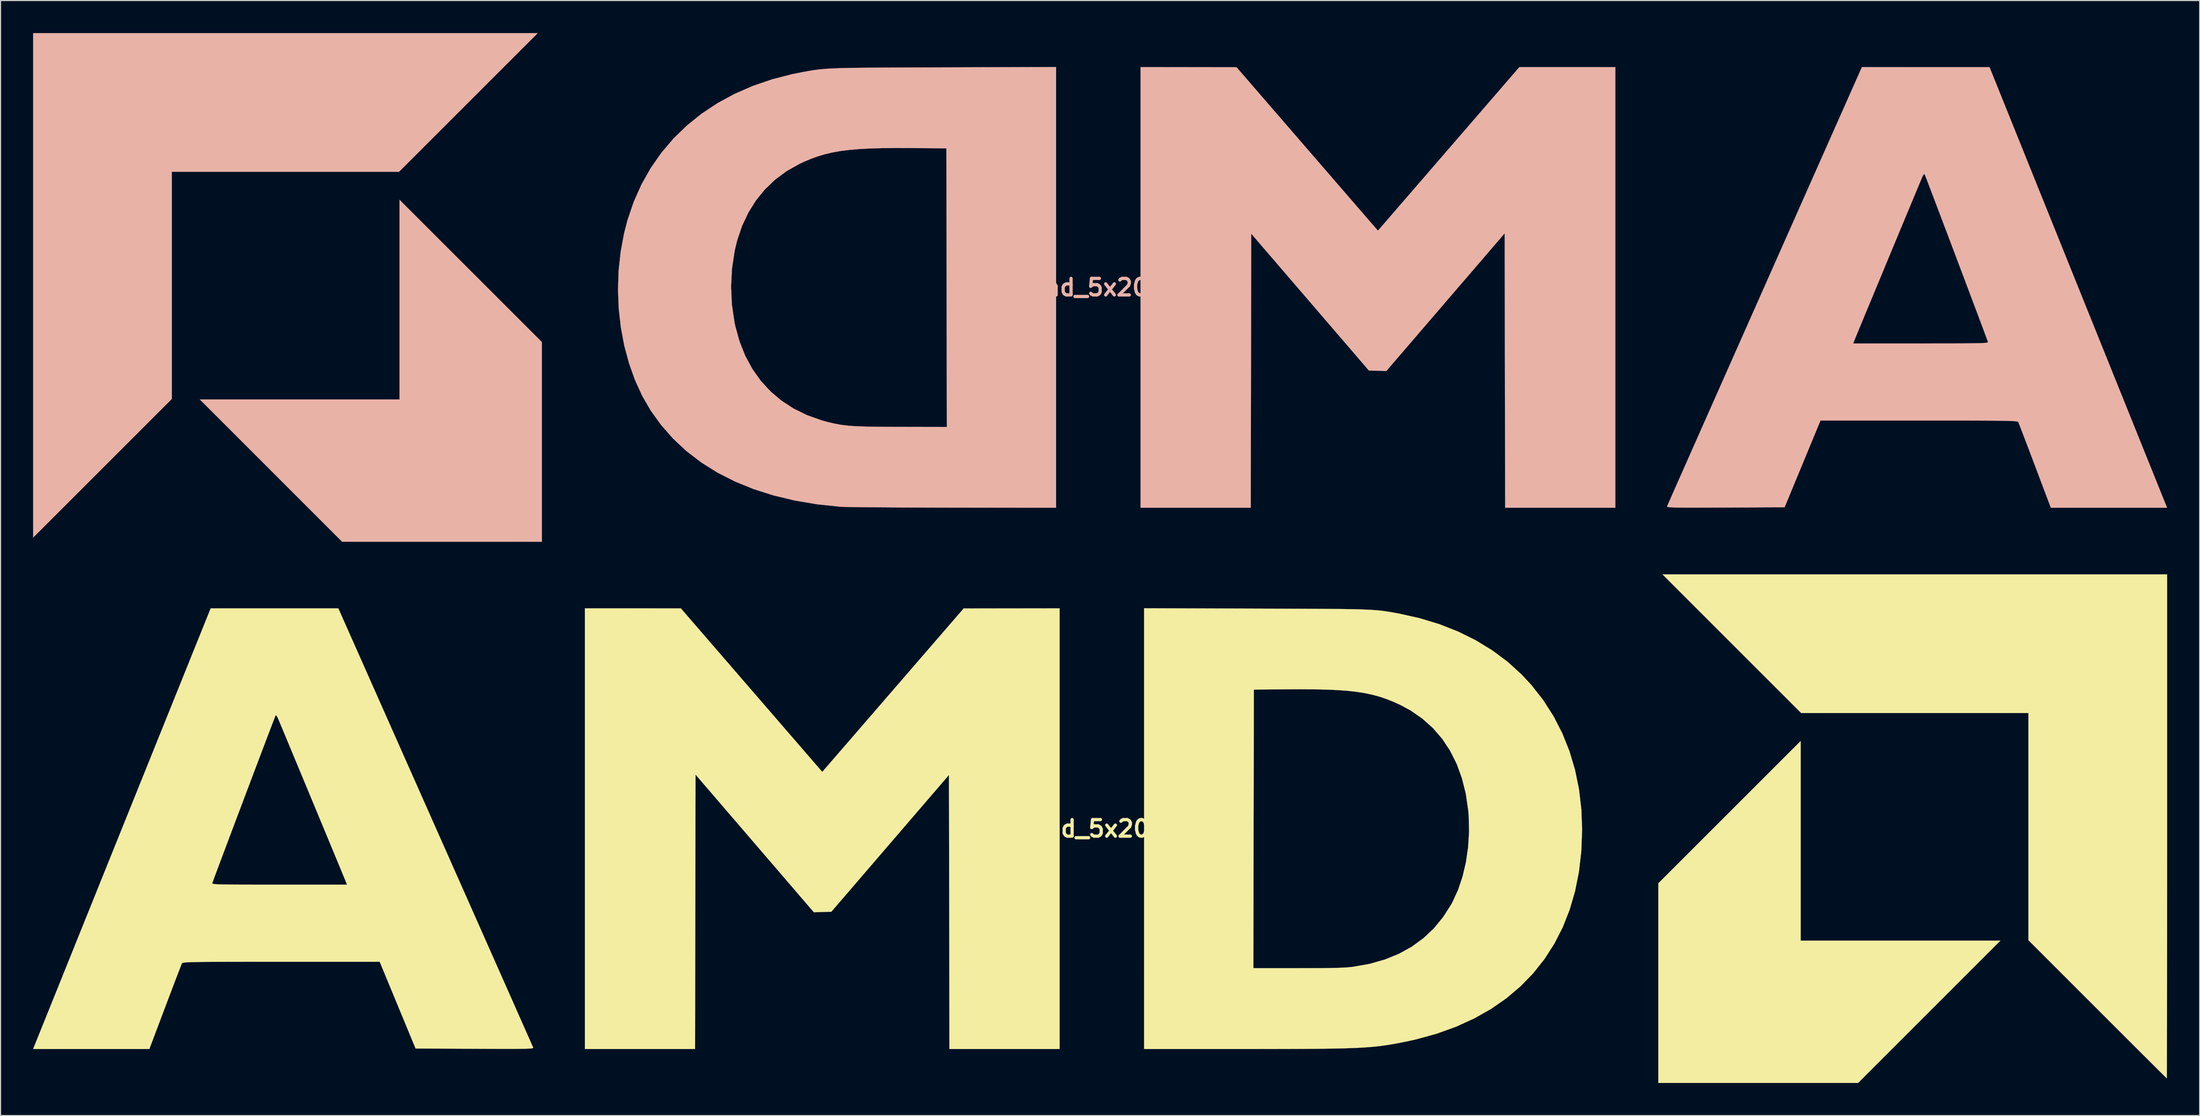
<source format=kicad_pcb>
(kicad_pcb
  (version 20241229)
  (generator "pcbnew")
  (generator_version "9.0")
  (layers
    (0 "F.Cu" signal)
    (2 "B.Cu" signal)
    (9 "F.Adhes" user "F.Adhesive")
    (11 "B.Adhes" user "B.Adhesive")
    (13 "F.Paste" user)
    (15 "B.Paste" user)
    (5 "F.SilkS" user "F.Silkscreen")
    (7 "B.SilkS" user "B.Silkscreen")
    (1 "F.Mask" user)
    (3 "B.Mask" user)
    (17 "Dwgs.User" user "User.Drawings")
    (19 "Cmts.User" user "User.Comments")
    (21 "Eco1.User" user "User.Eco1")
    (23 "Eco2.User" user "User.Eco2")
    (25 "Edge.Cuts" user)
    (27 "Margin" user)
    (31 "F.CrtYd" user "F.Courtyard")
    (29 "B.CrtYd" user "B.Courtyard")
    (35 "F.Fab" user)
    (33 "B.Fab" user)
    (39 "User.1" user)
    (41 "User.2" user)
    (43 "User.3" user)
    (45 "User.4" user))
  (footprint "amd_5x20_B"
    (layer "F.Cu")
    (at 98.388 23.458)
    (property "Reference" "amd_5x20_B" (at 0 0 0) (layer "B.SilkS") (effects (font (size 1.524 1.524) (thickness 0.3))))
    (attr through_hole)
    (fp_poly (pts (xy -51.477 5.037) (xy -51.477 23.453) (xy -69.893 23.453) (xy -83.015 10.329) (xy -64.601 10.329) (xy -64.601 -8.085) (xy -51.477 5.037)) (stroke (width 0.01) (type solid)) (fill yes) (layer "B.SilkS"))
    (fp_poly (pts (xy -58.251 -17.06) (xy -64.643 -10.668) (xy -85.598 -10.668) (xy -85.598 10.287) (xy -91.99 16.679) (xy -98.383 23.071) (xy -98.383 -23.453) (xy -51.859 -23.453) (xy -58.251 -17.06)) (stroke (width 0.01) (type solid)) (fill yes) (layer "B.SilkS"))
    (fp_poly (pts (xy 47.498 20.32) (xy 37.339 20.32) (xy 37.317 7.666) (xy 37.296 -4.988) (xy 31.84 1.361) (xy 26.384 7.71) (xy 24.774 7.662) (xy 19.351 1.353) (xy 13.928 -4.955) (xy 13.906 7.682) (xy 13.885 20.32) (xy 3.725 20.32) (xy 3.725 -20.32) (xy 8.149 -20.315) (xy 12.573 -20.309) (xy 18.736 -13.181) (xy 19.561 -12.228) (xy 20.359 -11.305) (xy 21.124 -10.42) (xy 21.848 -9.583) (xy 22.522 -8.803) (xy 23.141 -8.088) (xy 23.696 -7.447) (xy 24.179 -6.889) (xy 24.583 -6.422) (xy 24.9 -6.055) (xy 25.124 -5.798) (xy 25.245 -5.658) (xy 25.255 -5.646) (xy 25.612 -5.238) (xy 38.65 -20.318) (xy 43.074 -20.319) (xy 47.498 -20.32) (xy 47.498 20.32)) (stroke (width 0.01) (type solid)) (fill yes) (layer "B.SilkS"))
    (fp_poly (pts (xy -4.064 20.32) (xy -13.568 20.308) (xy -14.842 20.306) (xy -16.082 20.302) (xy -17.275 20.298) (xy -18.41 20.293) (xy -19.474 20.287) (xy -20.456 20.28) (xy -21.343 20.273) (xy -22.123 20.265) (xy -22.784 20.256) (xy -23.315 20.248) (xy -23.702 20.239) (xy -23.934 20.23) (xy -23.959 20.228) (xy -26.125 19.998) (xy -28.183 19.648) (xy -30.13 19.18) (xy -31.965 18.595) (xy -33.685 17.894) (xy -35.288 17.077) (xy -36.772 16.147) (xy -38.135 15.104) (xy -39.374 13.949) (xy -40.487 12.683) (xy -41.421 11.388) (xy -42.209 10.032) (xy -42.882 8.566) (xy -43.439 7.009) (xy -43.877 5.377) (xy -44.195 3.688) (xy -44.389 1.959) (xy -44.458 0.207) (xy -44.449 -0.076) (xy -34.031 -0.076) (xy -33.955 1.581) (xy -33.715 3.214) (xy -33.643 3.556) (xy -33.251 4.979) (xy -32.728 6.295) (xy -32.078 7.502) (xy -31.305 8.595) (xy -30.411 9.573) (xy -29.399 10.43) (xy -28.273 11.166) (xy -27.036 11.775) (xy -25.69 12.255) (xy -25.161 12.4) (xy -24.767 12.496) (xy -24.396 12.578) (xy -24.028 12.647) (xy -23.648 12.703) (xy -23.235 12.748) (xy -22.773 12.784) (xy -22.243 12.811) (xy -21.628 12.831) (xy -20.909 12.845) (xy -20.069 12.853) (xy -19.09 12.859) (xy -18.351 12.861) (xy -14.139 12.869) (xy -14.16 0.021) (xy -14.182 -12.827) (xy -17.441 -12.853) (xy -18.848 -12.857) (xy -20.103 -12.845) (xy -21.222 -12.813) (xy -22.223 -12.76) (xy -23.122 -12.683) (xy -23.936 -12.58) (xy -24.681 -12.448) (xy -25.374 -12.285) (xy -26.032 -12.089) (xy -26.671 -11.857) (xy -27.309 -11.587) (xy -27.733 -11.388) (xy -28.901 -10.732) (xy -29.961 -9.949) (xy -30.907 -9.044) (xy -31.736 -8.024) (xy -32.442 -6.894) (xy -33.022 -5.661) (xy -33.471 -4.33) (xy -33.695 -3.392) (xy -33.945 -1.74) (xy -34.031 -0.076) (xy -44.449 -0.076) (xy -44.4 -1.549) (xy -44.212 -3.293) (xy -43.893 -5.007) (xy -43.59 -6.181) (xy -43.013 -7.883) (xy -42.296 -9.492) (xy -41.444 -11.004) (xy -40.46 -12.415) (xy -39.35 -13.723) (xy -38.116 -14.923) (xy -36.763 -16.013) (xy -35.295 -16.988) (xy -33.716 -17.846) (xy -32.03 -18.582) (xy -30.241 -19.195) (xy -28.353 -19.679) (xy -27.517 -19.846) (xy -27.187 -19.907) (xy -26.883 -19.961) (xy -26.595 -20.01) (xy -26.312 -20.053) (xy -26.023 -20.091) (xy -25.719 -20.124) (xy -25.389 -20.153) (xy -25.022 -20.178) (xy -24.608 -20.199) (xy -24.136 -20.218) (xy -23.597 -20.233) (xy -22.98 -20.245) (xy -22.274 -20.256) (xy -21.47 -20.264) (xy -20.556 -20.272) (xy -19.522 -20.278) (xy -18.358 -20.283) (xy -17.054 -20.288) (xy -15.598 -20.292) (xy -14.372 -20.296) (xy -4.064 -20.328) (xy -4.064 20.32)) (stroke (width 0.01) (type solid)) (fill yes) (layer "B.SilkS"))
    (fp_poly (pts (xy 76.115 -20.317) (xy 82 -20.317) (xy 88.18 -4.975) (xy 88.835 -3.35) (xy 89.492 -1.718) (xy 90.147 -0.092) (xy 90.796 1.518) (xy 91.433 3.1) (xy 92.055 4.645) (xy 92.658 6.139) (xy 93.235 7.573) (xy 93.784 8.935) (xy 94.299 10.214) (xy 94.777 11.399) (xy 95.211 12.479) (xy 95.599 13.442) (xy 95.936 14.277) (xy 96.217 14.974) (xy 96.366 15.344) (xy 98.37 20.32) (xy 87.654 20.32) (xy 86.192 16.447) (xy 85.9 15.674) (xy 85.624 14.946) (xy 85.371 14.28) (xy 85.146 13.691) (xy 84.956 13.196) (xy 84.807 12.809) (xy 84.704 12.548) (xy 84.655 12.428) (xy 84.653 12.425) (xy 84.634 12.401) (xy 84.596 12.38) (xy 84.529 12.362) (xy 84.425 12.346) (xy 84.273 12.332) (xy 84.064 12.32) (xy 83.789 12.31) (xy 83.438 12.302) (xy 83.002 12.295) (xy 82.472 12.289) (xy 81.837 12.285) (xy 81.088 12.282) (xy 80.216 12.279) (xy 79.212 12.278) (xy 78.066 12.277) (xy 76.768 12.277) (xy 75.496 12.277) (xy 66.416 12.277) (xy 64.761 16.277) (xy 63.106 20.278) (xy 57.663 20.299) (xy 56.569 20.304) (xy 55.632 20.307) (xy 54.84 20.308) (xy 54.181 20.308) (xy 53.644 20.305) (xy 53.216 20.301) (xy 52.886 20.293) (xy 52.64 20.283) (xy 52.468 20.269) (xy 52.358 20.252) (xy 52.296 20.231) (xy 52.272 20.207) (xy 52.273 20.177) (xy 52.275 20.172) (xy 52.314 20.083) (xy 52.418 19.845) (xy 52.586 19.466) (xy 52.813 18.951) (xy 53.098 18.307) (xy 53.437 17.541) (xy 53.828 16.659) (xy 54.267 15.668) (xy 54.752 14.574) (xy 55.279 13.383) (xy 55.847 12.102) (xy 56.452 10.738) (xy 57.091 9.297) (xy 57.761 7.785) (xy 58.46 6.21) (xy 58.924 5.165) (xy 69.431 5.165) (xy 75.662 5.165) (xy 76.839 5.164) (xy 77.858 5.164) (xy 78.73 5.162) (xy 79.466 5.16) (xy 80.079 5.156) (xy 80.578 5.151) (xy 80.975 5.143) (xy 81.282 5.134) (xy 81.51 5.122) (xy 81.669 5.108) (xy 81.772 5.09) (xy 81.829 5.069) (xy 81.852 5.045) (xy 81.851 5.018) (xy 81.851 5.016) (xy 81.814 4.909) (xy 81.721 4.657) (xy 81.579 4.275) (xy 81.393 3.775) (xy 81.167 3.171) (xy 80.906 2.476) (xy 80.616 1.704) (xy 80.301 0.867) (xy 79.967 -0.021) (xy 79.619 -0.946) (xy 79.26 -1.896) (xy 78.898 -2.857) (xy 78.536 -3.815) (xy 78.179 -4.759) (xy 77.834 -5.673) (xy 77.503 -6.545) (xy 77.194 -7.362) (xy 76.91 -8.111) (xy 76.657 -8.777) (xy 76.439 -9.348) (xy 76.263 -9.81) (xy 76.131 -10.151) (xy 76.051 -10.356) (xy 76.027 -10.414) (xy 75.968 -10.454) (xy 75.889 -10.365) (xy 75.789 -10.16) (xy 75.734 -10.03) (xy 75.62 -9.758) (xy 75.453 -9.359) (xy 75.238 -8.844) (xy 74.981 -8.228) (xy 74.688 -7.524) (xy 74.364 -6.745) (xy 74.015 -5.905) (xy 73.646 -5.017) (xy 73.262 -4.094) (xy 72.87 -3.15) (xy 72.475 -2.198) (xy 72.082 -1.252) (xy 71.697 -0.325) (xy 71.326 0.57) (xy 70.974 1.419) (xy 70.646 2.209) (xy 70.349 2.926) (xy 70.087 3.558) (xy 69.867 4.09) (xy 69.694 4.51) (xy 69.573 4.804) (xy 69.51 4.958) (xy 69.504 4.974) (xy 69.431 5.165) (xy 58.924 5.165) (xy 59.185 4.576) (xy 59.932 2.892) (xy 60.699 1.163) (xy 61.28 -0.147) (xy 70.231 -20.318) (xy 76.115 -20.317)) (stroke (width 0.01) (type solid)) (fill yes) (layer "B.SilkS")))
  (footprint "amd_5x20_F"
    (layer "F.Cu")
    (at 98.375 73.373)
    (property "Reference" "amd_5x20_F" (at 0 0 0) (layer "F.SilkS") (effects (font (size 1.524 1.524) (thickness 0.3))))
    (attr through_hole)
    (fp_poly (pts (xy 64.601 10.329) (xy 83.015 10.329) (xy 69.893 23.453) (xy 51.477 23.453) (xy 51.477 5.037) (xy 64.601 -8.085) (xy 64.601 10.329)) (stroke (width 0.01) (type solid)) (fill yes) (layer "F.SilkS"))
    (fp_poly (pts (xy -3.725 20.32) (xy -13.885 20.32) (xy -13.906 7.682) (xy -13.928 -4.955) (xy -24.774 7.662) (xy -25.579 7.686) (xy -26.384 7.71) (xy -31.84 1.361) (xy -37.296 -4.988) (xy -37.317 7.666) (xy -37.339 20.32) (xy -47.498 20.32) (xy -47.498 -20.32) (xy -43.074 -20.319) (xy -38.65 -20.318) (xy -25.612 -5.238) (xy -25.255 -5.646) (xy -25.153 -5.764) (xy -24.947 -6.001) (xy -24.646 -6.349) (xy -24.257 -6.798) (xy -23.788 -7.341) (xy -23.245 -7.968) (xy -22.637 -8.67) (xy -21.972 -9.439) (xy -21.257 -10.267) (xy -20.499 -11.143) (xy -19.706 -12.06) (xy -18.885 -13.009) (xy -18.736 -13.181) (xy -12.573 -20.309) (xy -8.149 -20.315) (xy -3.725 -20.32) (xy -3.725 20.32)) (stroke (width 0.01) (type solid)) (fill yes) (layer "F.SilkS"))
    (fp_poly (pts (xy 98.383 -0.212) (xy 98.383 1.76) (xy 98.382 3.688) (xy 98.382 5.564) (xy 98.381 7.383) (xy 98.381 9.136) (xy 98.38 10.817) (xy 98.379 12.42) (xy 98.378 13.937) (xy 98.377 15.362) (xy 98.376 16.687) (xy 98.375 17.907) (xy 98.373 19.013) (xy 98.372 20) (xy 98.37 20.86) (xy 98.369 21.587) (xy 98.367 22.174) (xy 98.365 22.614) (xy 98.364 22.899) (xy 98.362 23.024) (xy 98.361 23.029) (xy 98.3 22.971) (xy 98.126 22.8) (xy 97.849 22.525) (xy 97.475 22.154) (xy 97.013 21.694) (xy 96.47 21.153) (xy 95.854 20.539) (xy 95.173 19.86) (xy 94.435 19.123) (xy 93.647 18.336) (xy 92.818 17.507) (xy 91.969 16.658) (xy 85.598 10.287) (xy 85.598 -10.668) (xy 64.643 -10.668) (xy 58.251 -17.06) (xy 51.859 -23.453) (xy 98.383 -23.453) (xy 98.383 -0.212)) (stroke (width 0.01) (type solid)) (fill yes) (layer "F.SilkS"))
    (fp_poly (pts (xy 14.372 -20.296) (xy 15.951 -20.291) (xy 17.37 -20.287) (xy 18.641 -20.282) (xy 19.774 -20.276) (xy 20.779 -20.27) (xy 21.666 -20.263) (xy 22.447 -20.254) (xy 23.131 -20.243) (xy 23.729 -20.229) (xy 24.252 -20.214) (xy 24.709 -20.195) (xy 25.111 -20.172) (xy 25.468 -20.147) (xy 25.792 -20.117) (xy 26.091 -20.082) (xy 26.378 -20.043) (xy 26.661 -19.999) (xy 26.952 -19.949) (xy 27.261 -19.893) (xy 27.517 -19.846) (xy 29.451 -19.417) (xy 31.289 -18.86) (xy 33.025 -18.175) (xy 34.655 -17.367) (xy 36.175 -16.437) (xy 37.582 -15.387) (xy 38.87 -14.219) (xy 39.771 -13.25) (xy 40.861 -11.859) (xy 41.81 -10.377) (xy 42.616 -8.808) (xy 43.278 -7.156) (xy 43.794 -5.428) (xy 44.162 -3.627) (xy 44.381 -1.758) (xy 44.449 0.084) (xy 44.375 2.067) (xy 44.158 3.961) (xy 43.8 5.763) (xy 43.301 7.472) (xy 42.665 9.085) (xy 41.893 10.599) (xy 40.987 12.013) (xy 39.949 13.324) (xy 38.781 14.53) (xy 37.484 15.629) (xy 36.061 16.618) (xy 34.513 17.495) (xy 32.843 18.258) (xy 31.052 18.905) (xy 29.142 19.432) (xy 28.213 19.637) (xy 27.724 19.734) (xy 27.262 19.822) (xy 26.816 19.901) (xy 26.375 19.971) (xy 25.927 20.033) (xy 25.463 20.087) (xy 24.969 20.134) (xy 24.437 20.174) (xy 23.853 20.208) (xy 23.208 20.236) (xy 22.489 20.259) (xy 21.687 20.278) (xy 20.79 20.292) (xy 19.786 20.303) (xy 18.665 20.31) (xy 17.415 20.315) (xy 16.026 20.318) (xy 14.486 20.32) (xy 13.356 20.32) (xy 4.064 20.32) (xy 4.064 12.869) (xy 14.139 12.869) (xy 18.241 12.869) (xy 19.274 12.868) (xy 20.155 12.864) (xy 20.899 12.857) (xy 21.524 12.847) (xy 22.046 12.832) (xy 22.482 12.813) (xy 22.848 12.789) (xy 23.161 12.76) (xy 23.342 12.738) (xy 24.858 12.468) (xy 26.263 12.069) (xy 27.559 11.542) (xy 28.745 10.886) (xy 29.82 10.101) (xy 30.786 9.189) (xy 31.64 8.148) (xy 32.383 6.98) (xy 32.5 6.766) (xy 33.016 5.641) (xy 33.431 4.403) (xy 33.741 3.078) (xy 33.941 1.693) (xy 34.027 0.275) (xy 33.994 -1.152) (xy 33.947 -1.706) (xy 33.723 -3.229) (xy 33.368 -4.651) (xy 32.887 -5.971) (xy 32.279 -7.183) (xy 31.549 -8.285) (xy 30.697 -9.274) (xy 29.726 -10.146) (xy 28.639 -10.898) (xy 27.733 -11.388) (xy 27.087 -11.685) (xy 26.451 -11.941) (xy 25.807 -12.16) (xy 25.139 -12.345) (xy 24.43 -12.497) (xy 23.663 -12.618) (xy 22.822 -12.712) (xy 21.889 -12.781) (xy 20.849 -12.826) (xy 19.685 -12.851) (xy 18.38 -12.857) (xy 17.441 -12.853) (xy 14.182 -12.827) (xy 14.16 0.021) (xy 14.139 12.869) (xy 4.064 12.869) (xy 4.064 -20.328) (xy 14.372 -20.296)) (stroke (width 0.01) (type solid)) (fill yes) (layer "F.SilkS"))
    (fp_poly (pts (xy -61.28 -0.147) (xy -60.5 1.611) (xy -59.738 3.329) (xy -58.996 5.001) (xy -58.278 6.62) (xy -57.586 8.18) (xy -56.924 9.674) (xy -56.293 11.096) (xy -55.697 12.44) (xy -55.14 13.698) (xy -54.623 14.864) (xy -54.149 15.933) (xy -53.722 16.897) (xy -53.345 17.749) (xy -53.019 18.485) (xy -52.749 19.096) (xy -52.537 19.577) (xy -52.385 19.92) (xy -52.297 20.12) (xy -52.275 20.172) (xy -52.271 20.202) (xy -52.29 20.228) (xy -52.345 20.249) (xy -52.448 20.267) (xy -52.609 20.281) (xy -52.843 20.292) (xy -53.159 20.3) (xy -53.571 20.305) (xy -54.091 20.308) (xy -54.73 20.308) (xy -55.5 20.307) (xy -56.414 20.304) (xy -57.484 20.3) (xy -57.663 20.299) (xy -63.106 20.278) (xy -66.416 12.277) (xy -75.496 12.277) (xy -76.935 12.277) (xy -78.214 12.277) (xy -79.342 12.278) (xy -80.33 12.28) (xy -81.186 12.282) (xy -81.92 12.285) (xy -82.542 12.29) (xy -83.061 12.295) (xy -83.486 12.303) (xy -83.827 12.311) (xy -84.093 12.321) (xy -84.294 12.334) (xy -84.44 12.348) (xy -84.539 12.364) (xy -84.602 12.383) (xy -84.637 12.404) (xy -84.653 12.425) (xy -84.697 12.532) (xy -84.795 12.781) (xy -84.941 13.157) (xy -85.128 13.643) (xy -85.35 14.225) (xy -85.601 14.884) (xy -85.875 15.607) (xy -86.166 16.376) (xy -86.192 16.447) (xy -87.654 20.32) (xy -98.37 20.32) (xy -96.366 15.344) (xy -96.123 14.742) (xy -95.822 13.995) (xy -95.467 13.112) (xy -95.062 12.107) (xy -94.611 10.988) (xy -94.12 9.769) (xy -93.592 8.459) (xy -93.032 7.07) (xy -92.446 5.613) (xy -92.217 5.044) (xy -81.852 5.044) (xy -81.83 5.069) (xy -81.774 5.089) (xy -81.673 5.107) (xy -81.516 5.122) (xy -81.291 5.133) (xy -80.987 5.143) (xy -80.593 5.15) (xy -80.097 5.156) (xy -79.489 5.16) (xy -78.757 5.162) (xy -77.889 5.164) (xy -76.875 5.164) (xy -75.704 5.165) (xy -75.662 5.165) (xy -69.431 5.165) (xy -69.504 4.974) (xy -69.55 4.859) (xy -69.656 4.602) (xy -69.816 4.215) (xy -70.024 3.711) (xy -70.275 3.105) (xy -70.563 2.409) (xy -70.883 1.637) (xy -71.229 0.803) (xy -71.596 -0.081) (xy -71.978 -1.001) (xy -72.369 -1.943) (xy -72.764 -2.895) (xy -73.157 -3.842) (xy -73.544 -4.771) (xy -73.917 -5.67) (xy -74.273 -6.525) (xy -74.604 -7.321) (xy -74.906 -8.047) (xy -75.173 -8.688) (xy -75.4 -9.231) (xy -75.58 -9.663) (xy -75.709 -9.97) (xy -75.78 -10.14) (xy -75.789 -10.16) (xy -75.898 -10.38) (xy -75.974 -10.456) (xy -76.027 -10.414) (xy -76.066 -10.32) (xy -76.159 -10.08) (xy -76.301 -9.709) (xy -76.489 -9.219) (xy -76.715 -8.623) (xy -76.976 -7.936) (xy -77.267 -7.17) (xy -77.582 -6.338) (xy -77.916 -5.454) (xy -78.265 -4.532) (xy -78.623 -3.583) (xy -78.986 -2.623) (xy -79.348 -1.664) (xy -79.704 -0.719) (xy -80.05 0.199) (xy -80.38 1.075) (xy -80.689 1.898) (xy -80.972 2.653) (xy -81.225 3.327) (xy -81.442 3.907) (xy -81.618 4.379) (xy -81.748 4.731) (xy -81.828 4.949) (xy -81.851 5.016) (xy -81.852 5.044) (xy -92.217 5.044) (xy -91.836 4.099) (xy -91.208 2.54) (xy -90.566 0.946) (xy -89.914 -0.671) (xy -89.258 -2.3) (xy -88.601 -3.93) (xy -88.18 -4.975) (xy -82 -20.317) (xy -76.115 -20.317) (xy -70.231 -20.318) (xy -61.28 -0.147)) (stroke (width 0.01) (type solid)) (fill yes) (layer "F.SilkS")))
  (gr_rect
    (start -3 -3)
    (end 199.763 99.831)
    (stroke (width 0.1) (type default))
    (fill no)
    (layer "Edge.Cuts")))
</source>
